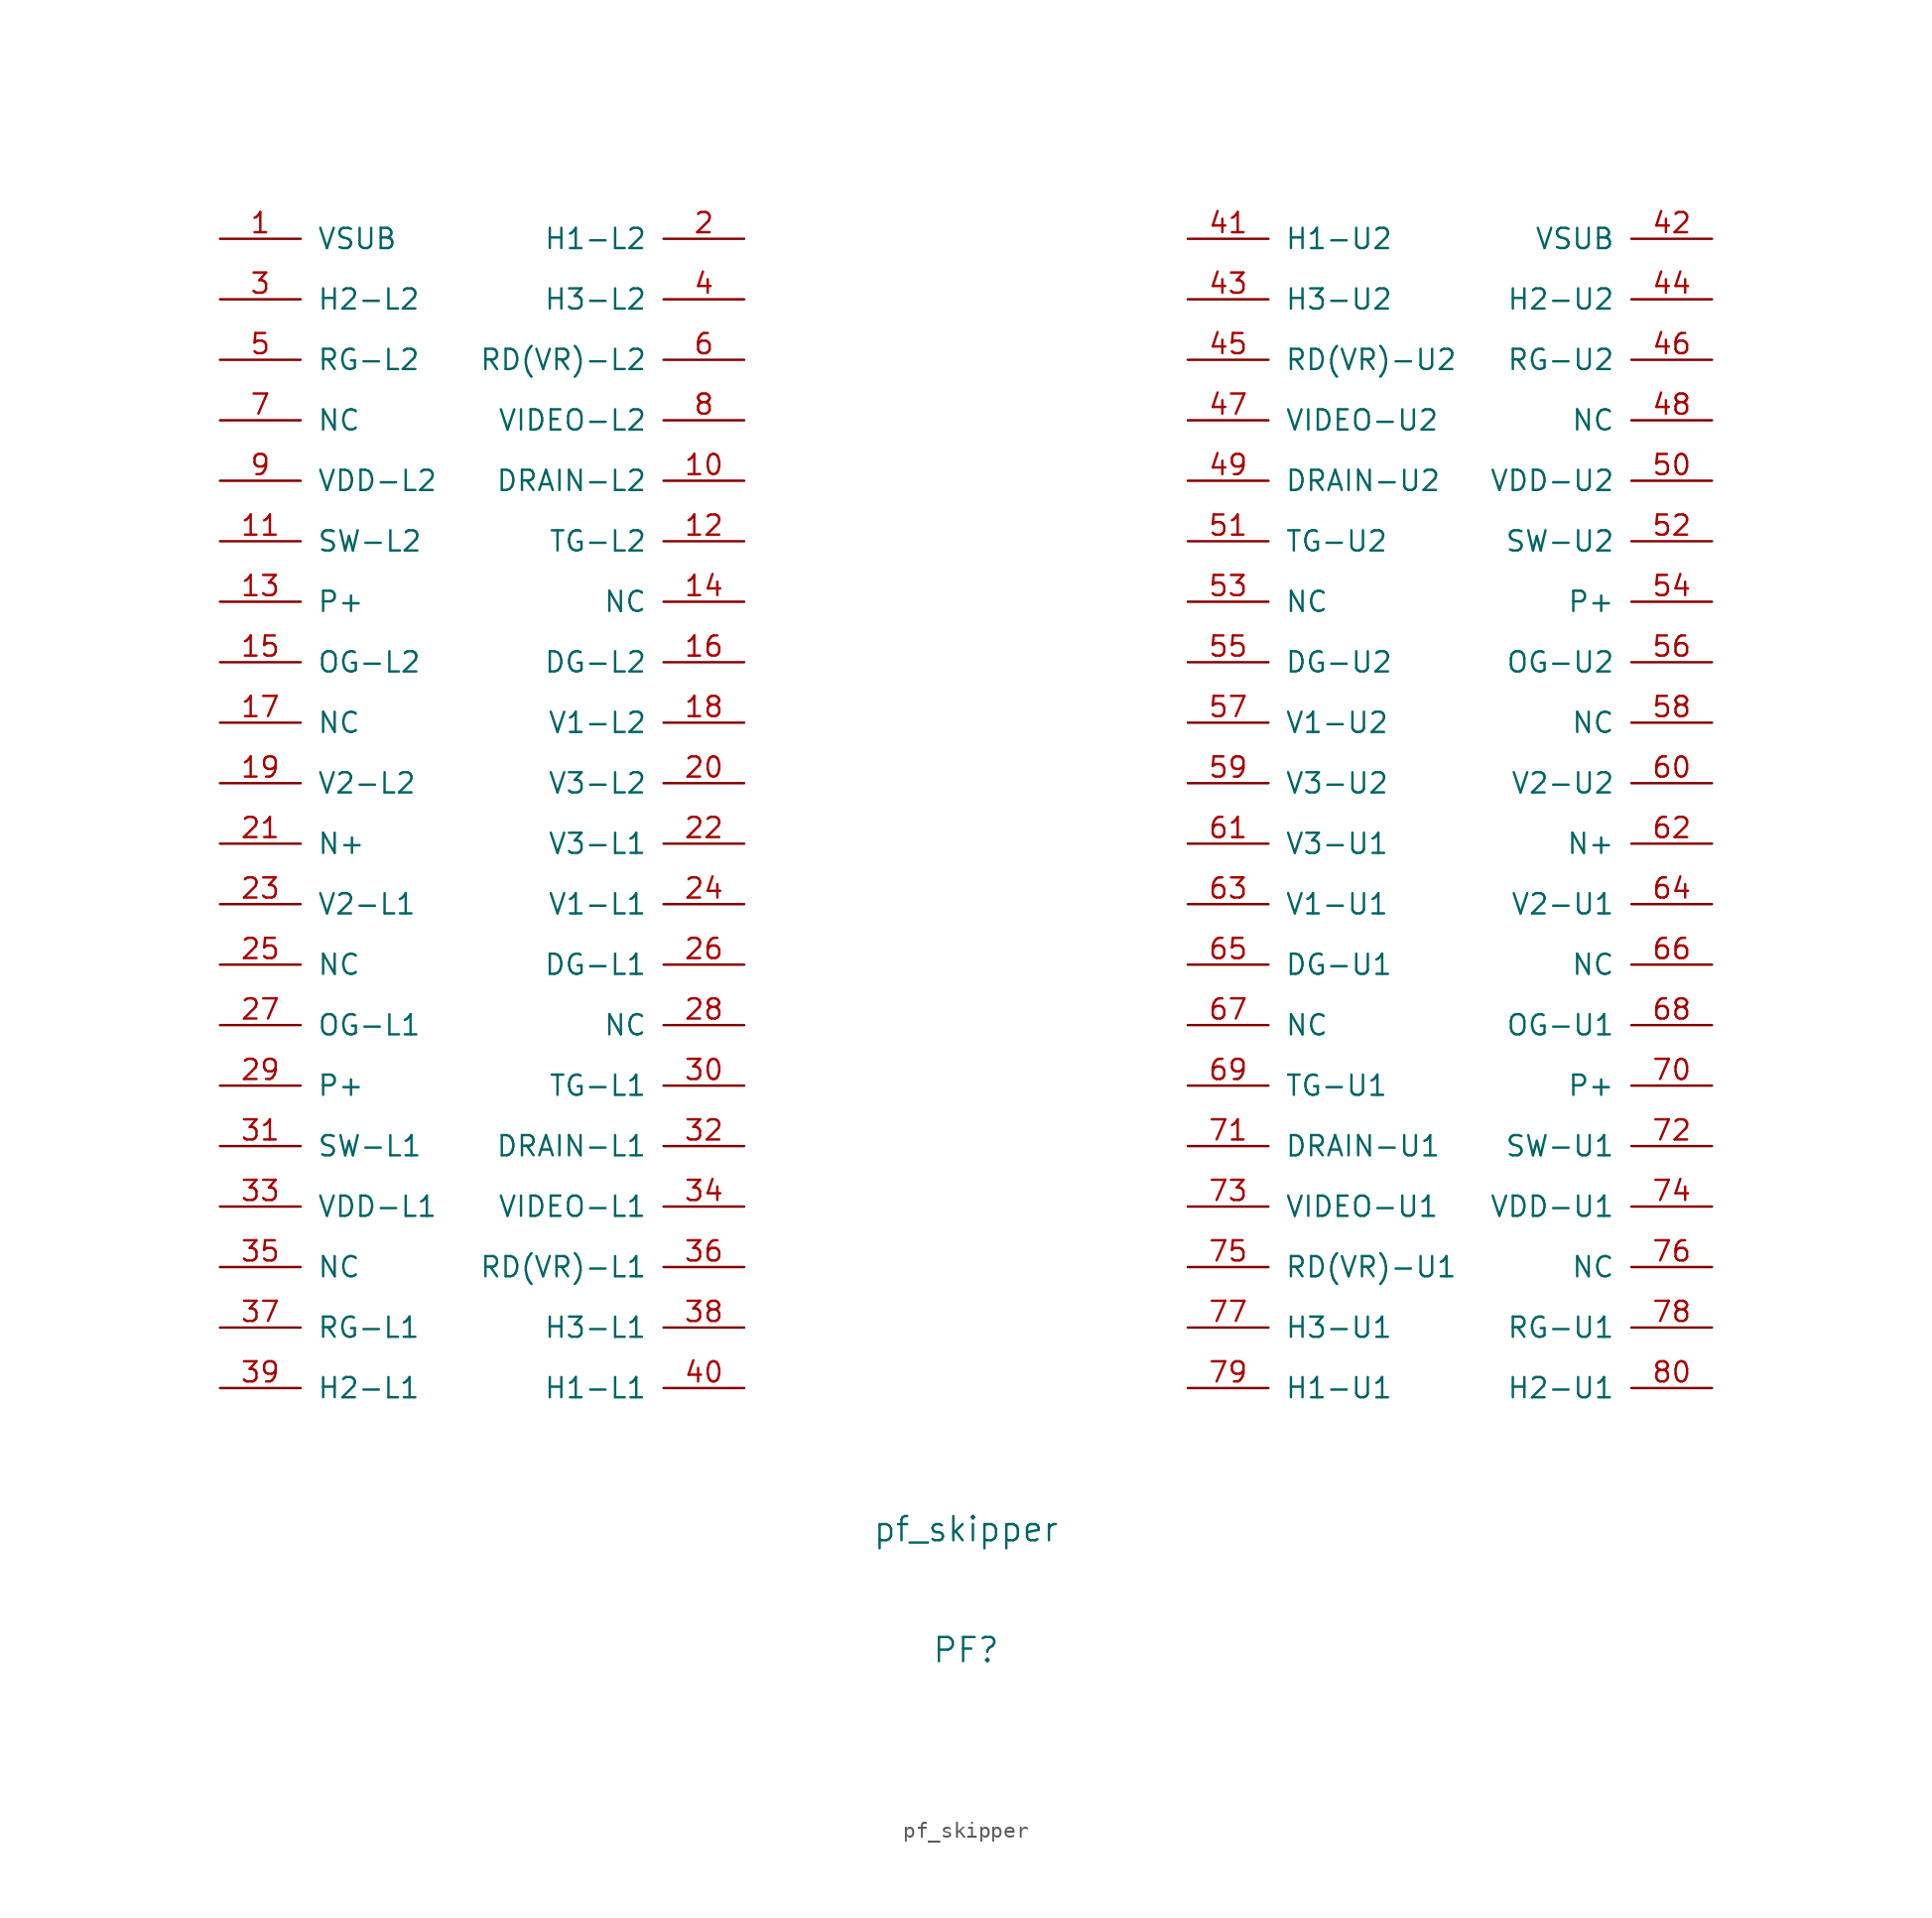
<source format=kicad_sym>
(kicad_symbol_lib
  (version 20211014)
  (generator kicad_symbol_editor)
  (symbol "pf_skipper"
    (pin_names
      (offset 1.016))
    (property "Reference" "PF"
      (at 0 -50.8 0)
      (effects (font (size 1.524 1.524))))
    (property "Value" "pf_skipper"
      (at 0 -43.18 0)
      (effects (font (size 1.524 1.524))))
    (symbol "pf_skipper_1_1"
      (pin input line (at -46.99 38.1 0) (length 5.08) (name "VSUB" (effects (font (size 1.27 1.27)))) (number "1" (effects (font (size 1.27 1.27)))))
      (pin input line (at -13.97 22.86 180) (length 5.08) (name "DRAIN-L2" (effects (font (size 1.27 1.27)))) (number "10" (effects (font (size 1.27 1.27)))))
      (pin input line (at -46.99 19.05 0) (length 5.08) (name "SW-L2" (effects (font (size 1.27 1.27)))) (number "11" (effects (font (size 1.27 1.27)))))
      (pin input line (at -13.97 19.05 180) (length 5.08) (name "TG-L2" (effects (font (size 1.27 1.27)))) (number "12" (effects (font (size 1.27 1.27)))))
      (pin input line (at -46.99 15.24 0) (length 5.08) (name "P+" (effects (font (size 1.27 1.27)))) (number "13" (effects (font (size 1.27 1.27)))))
      (pin input line (at -13.97 15.24 180) (length 5.08) (name "NC" (effects (font (size 1.27 1.27)))) (number "14" (effects (font (size 1.27 1.27)))))
      (pin input line (at -46.99 11.43 0) (length 5.08) (name "OG-L2" (effects (font (size 1.27 1.27)))) (number "15" (effects (font (size 1.27 1.27)))))
      (pin input line (at -13.97 11.43 180) (length 5.08) (name "DG-L2" (effects (font (size 1.27 1.27)))) (number "16" (effects (font (size 1.27 1.27)))))
      (pin input line (at -46.99 7.62 0) (length 5.08) (name "NC" (effects (font (size 1.27 1.27)))) (number "17" (effects (font (size 1.27 1.27)))))
      (pin input line (at -13.97 7.62 180) (length 5.08) (name "V1-L2" (effects (font (size 1.27 1.27)))) (number "18" (effects (font (size 1.27 1.27)))))
      (pin input line (at -46.99 3.81 0) (length 5.08) (name "V2-L2" (effects (font (size 1.27 1.27)))) (number "19" (effects (font (size 1.27 1.27)))))
      (pin input line (at -13.97 38.1 180) (length 5.08) (name "H1-L2" (effects (font (size 1.27 1.27)))) (number "2" (effects (font (size 1.27 1.27)))))
      (pin input line (at -13.97 3.81 180) (length 5.08) (name "V3-L2" (effects (font (size 1.27 1.27)))) (number "20" (effects (font (size 1.27 1.27)))))
      (pin input line (at -46.99 0 0) (length 5.08) (name "N+" (effects (font (size 1.27 1.27)))) (number "21" (effects (font (size 1.27 1.27)))))
      (pin input line (at -13.97 0 180) (length 5.08) (name "V3-L1" (effects (font (size 1.27 1.27)))) (number "22" (effects (font (size 1.27 1.27)))))
      (pin input line (at -46.99 -3.81 0) (length 5.08) (name "V2-L1" (effects (font (size 1.27 1.27)))) (number "23" (effects (font (size 1.27 1.27)))))
      (pin input line (at -13.97 -3.81 180) (length 5.08) (name "V1-L1" (effects (font (size 1.27 1.27)))) (number "24" (effects (font (size 1.27 1.27)))))
      (pin input line (at -46.99 -7.62 0) (length 5.08) (name "NC" (effects (font (size 1.27 1.27)))) (number "25" (effects (font (size 1.27 1.27)))))
      (pin input line (at -13.97 -7.62 180) (length 5.08) (name "DG-L1" (effects (font (size 1.27 1.27)))) (number "26" (effects (font (size 1.27 1.27)))))
      (pin input line (at -46.99 -11.43 0) (length 5.08) (name "OG-L1" (effects (font (size 1.27 1.27)))) (number "27" (effects (font (size 1.27 1.27)))))
      (pin input line (at -13.97 -11.43 180) (length 5.08) (name "NC" (effects (font (size 1.27 1.27)))) (number "28" (effects (font (size 1.27 1.27)))))
      (pin input line (at -46.99 -15.24 0) (length 5.08) (name "P+" (effects (font (size 1.27 1.27)))) (number "29" (effects (font (size 1.27 1.27)))))
      (pin input line (at -46.99 34.29 0) (length 5.08) (name "H2-L2" (effects (font (size 1.27 1.27)))) (number "3" (effects (font (size 1.27 1.27)))))
      (pin input line (at -13.97 -15.24 180) (length 5.08) (name "TG-L1" (effects (font (size 1.27 1.27)))) (number "30" (effects (font (size 1.27 1.27)))))
      (pin input line (at -46.99 -19.05 0) (length 5.08) (name "SW-L1" (effects (font (size 1.27 1.27)))) (number "31" (effects (font (size 1.27 1.27)))))
      (pin input line (at -13.97 -19.05 180) (length 5.08) (name "DRAIN-L1" (effects (font (size 1.27 1.27)))) (number "32" (effects (font (size 1.27 1.27)))))
      (pin input line (at -46.99 -22.86 0) (length 5.08) (name "VDD-L1" (effects (font (size 1.27 1.27)))) (number "33" (effects (font (size 1.27 1.27)))))
      (pin input line (at -13.97 -22.86 180) (length 5.08) (name "VIDEO-L1" (effects (font (size 1.27 1.27)))) (number "34" (effects (font (size 1.27 1.27)))))
      (pin input line (at -46.99 -26.67 0) (length 5.08) (name "NC" (effects (font (size 1.27 1.27)))) (number "35" (effects (font (size 1.27 1.27)))))
      (pin input line (at -13.97 -26.67 180) (length 5.08) (name "RD(VR)-L1" (effects (font (size 1.27 1.27)))) (number "36" (effects (font (size 1.27 1.27)))))
      (pin input line (at -46.99 -30.48 0) (length 5.08) (name "RG-L1" (effects (font (size 1.27 1.27)))) (number "37" (effects (font (size 1.27 1.27)))))
      (pin input line (at -13.97 -30.48 180) (length 5.08) (name "H3-L1" (effects (font (size 1.27 1.27)))) (number "38" (effects (font (size 1.27 1.27)))))
      (pin input line (at -46.99 -34.29 0) (length 5.08) (name "H2-L1" (effects (font (size 1.27 1.27)))) (number "39" (effects (font (size 1.27 1.27)))))
      (pin input line (at -13.97 34.29 180) (length 5.08) (name "H3-L2" (effects (font (size 1.27 1.27)))) (number "4" (effects (font (size 1.27 1.27)))))
      (pin input line (at -13.97 -34.29 180) (length 5.08) (name "H1-L1" (effects (font (size 1.27 1.27)))) (number "40" (effects (font (size 1.27 1.27)))))
      (pin input line (at 13.97 38.1 0) (length 5.08) (name "H1-U2" (effects (font (size 1.27 1.27)))) (number "41" (effects (font (size 1.27 1.27)))))
      (pin input line (at 46.99 38.1 180) (length 5.08) (name "VSUB" (effects (font (size 1.27 1.27)))) (number "42" (effects (font (size 1.27 1.27)))))
      (pin input line (at 13.97 34.29 0) (length 5.08) (name "H3-U2" (effects (font (size 1.27 1.27)))) (number "43" (effects (font (size 1.27 1.27)))))
      (pin input line (at 46.99 34.29 180) (length 5.08) (name "H2-U2" (effects (font (size 1.27 1.27)))) (number "44" (effects (font (size 1.27 1.27)))))
      (pin input line (at 13.97 30.48 0) (length 5.08) (name "RD(VR)-U2" (effects (font (size 1.27 1.27)))) (number "45" (effects (font (size 1.27 1.27)))))
      (pin input line (at 46.99 30.48 180) (length 5.08) (name "RG-U2" (effects (font (size 1.27 1.27)))) (number "46" (effects (font (size 1.27 1.27)))))
      (pin input line (at 13.97 26.67 0) (length 5.08) (name "VIDEO-U2" (effects (font (size 1.27 1.27)))) (number "47" (effects (font (size 1.27 1.27)))))
      (pin input line (at 46.99 26.67 180) (length 5.08) (name "NC" (effects (font (size 1.27 1.27)))) (number "48" (effects (font (size 1.27 1.27)))))
      (pin input line (at 13.97 22.86 0) (length 5.08) (name "DRAIN-U2" (effects (font (size 1.27 1.27)))) (number "49" (effects (font (size 1.27 1.27)))))
      (pin input line (at -46.99 30.48 0) (length 5.08) (name "RG-L2" (effects (font (size 1.27 1.27)))) (number "5" (effects (font (size 1.27 1.27)))))
      (pin input line (at 46.99 22.86 180) (length 5.08) (name "VDD-U2" (effects (font (size 1.27 1.27)))) (number "50" (effects (font (size 1.27 1.27)))))
      (pin input line (at 13.97 19.05 0) (length 5.08) (name "TG-U2" (effects (font (size 1.27 1.27)))) (number "51" (effects (font (size 1.27 1.27)))))
      (pin input line (at 46.99 19.05 180) (length 5.08) (name "SW-U2" (effects (font (size 1.27 1.27)))) (number "52" (effects (font (size 1.27 1.27)))))
      (pin input line (at 13.97 15.24 0) (length 5.08) (name "NC" (effects (font (size 1.27 1.27)))) (number "53" (effects (font (size 1.27 1.27)))))
      (pin input line (at 46.99 15.24 180) (length 5.08) (name "P+" (effects (font (size 1.27 1.27)))) (number "54" (effects (font (size 1.27 1.27)))))
      (pin input line (at 13.97 11.43 0) (length 5.08) (name "DG-U2" (effects (font (size 1.27 1.27)))) (number "55" (effects (font (size 1.27 1.27)))))
      (pin input line (at 46.99 11.43 180) (length 5.08) (name "OG-U2" (effects (font (size 1.27 1.27)))) (number "56" (effects (font (size 1.27 1.27)))))
      (pin input line (at 13.97 7.62 0) (length 5.08) (name "V1-U2" (effects (font (size 1.27 1.27)))) (number "57" (effects (font (size 1.27 1.27)))))
      (pin input line (at 46.99 7.62 180) (length 5.08) (name "NC" (effects (font (size 1.27 1.27)))) (number "58" (effects (font (size 1.27 1.27)))))
      (pin input line (at 13.97 3.81 0) (length 5.08) (name "V3-U2" (effects (font (size 1.27 1.27)))) (number "59" (effects (font (size 1.27 1.27)))))
      (pin input line (at -13.97 30.48 180) (length 5.08) (name "RD(VR)-L2" (effects (font (size 1.27 1.27)))) (number "6" (effects (font (size 1.27 1.27)))))
      (pin input line (at 46.99 3.81 180) (length 5.08) (name "V2-U2" (effects (font (size 1.27 1.27)))) (number "60" (effects (font (size 1.27 1.27)))))
      (pin input line (at 13.97 0 0) (length 5.08) (name "V3-U1" (effects (font (size 1.27 1.27)))) (number "61" (effects (font (size 1.27 1.27)))))
      (pin input line (at 46.99 0 180) (length 5.08) (name "N+" (effects (font (size 1.27 1.27)))) (number "62" (effects (font (size 1.27 1.27)))))
      (pin input line (at 13.97 -3.81 0) (length 5.08) (name "V1-U1" (effects (font (size 1.27 1.27)))) (number "63" (effects (font (size 1.27 1.27)))))
      (pin input line (at 46.99 -3.81 180) (length 5.08) (name "V2-U1" (effects (font (size 1.27 1.27)))) (number "64" (effects (font (size 1.27 1.27)))))
      (pin input line (at 13.97 -7.62 0) (length 5.08) (name "DG-U1" (effects (font (size 1.27 1.27)))) (number "65" (effects (font (size 1.27 1.27)))))
      (pin input line (at 46.99 -7.62 180) (length 5.08) (name "NC" (effects (font (size 1.27 1.27)))) (number "66" (effects (font (size 1.27 1.27)))))
      (pin input line (at 13.97 -11.43 0) (length 5.08) (name "NC" (effects (font (size 1.27 1.27)))) (number "67" (effects (font (size 1.27 1.27)))))
      (pin input line (at 46.99 -11.43 180) (length 5.08) (name "OG-U1" (effects (font (size 1.27 1.27)))) (number "68" (effects (font (size 1.27 1.27)))))
      (pin input line (at 13.97 -15.24 0) (length 5.08) (name "TG-U1" (effects (font (size 1.27 1.27)))) (number "69" (effects (font (size 1.27 1.27)))))
      (pin input line (at -46.99 26.67 0) (length 5.08) (name "NC" (effects (font (size 1.27 1.27)))) (number "7" (effects (font (size 1.27 1.27)))))
      (pin input line (at 46.99 -15.24 180) (length 5.08) (name "P+" (effects (font (size 1.27 1.27)))) (number "70" (effects (font (size 1.27 1.27)))))
      (pin input line (at 13.97 -19.05 0) (length 5.08) (name "DRAIN-U1" (effects (font (size 1.27 1.27)))) (number "71" (effects (font (size 1.27 1.27)))))
      (pin input line (at 46.99 -19.05 180) (length 5.08) (name "SW-U1" (effects (font (size 1.27 1.27)))) (number "72" (effects (font (size 1.27 1.27)))))
      (pin input line (at 13.97 -22.86 0) (length 5.08) (name "VIDEO-U1" (effects (font (size 1.27 1.27)))) (number "73" (effects (font (size 1.27 1.27)))))
      (pin input line (at 46.99 -22.86 180) (length 5.08) (name "VDD-U1" (effects (font (size 1.27 1.27)))) (number "74" (effects (font (size 1.27 1.27)))))
      (pin input line (at 13.97 -26.67 0) (length 5.08) (name "RD(VR)-U1" (effects (font (size 1.27 1.27)))) (number "75" (effects (font (size 1.27 1.27)))))
      (pin input line (at 46.99 -26.67 180) (length 5.08) (name "NC" (effects (font (size 1.27 1.27)))) (number "76" (effects (font (size 1.27 1.27)))))
      (pin input line (at 13.97 -30.48 0) (length 5.08) (name "H3-U1" (effects (font (size 1.27 1.27)))) (number "77" (effects (font (size 1.27 1.27)))))
      (pin input line (at 46.99 -30.48 180) (length 5.08) (name "RG-U1" (effects (font (size 1.27 1.27)))) (number "78" (effects (font (size 1.27 1.27)))))
      (pin input line (at 13.97 -34.29 0) (length 5.08) (name "H1-U1" (effects (font (size 1.27 1.27)))) (number "79" (effects (font (size 1.27 1.27)))))
      (pin input line (at -13.97 26.67 180) (length 5.08) (name "VIDEO-L2" (effects (font (size 1.27 1.27)))) (number "8" (effects (font (size 1.27 1.27)))))
      (pin input line (at 46.99 -34.29 180) (length 5.08) (name "H2-U1" (effects (font (size 1.27 1.27)))) (number "80" (effects (font (size 1.27 1.27)))))
      (pin input line (at -46.99 22.86 0) (length 5.08) (name "VDD-L2" (effects (font (size 1.27 1.27)))) (number "9" (effects (font (size 1.27 1.27))))))))
</source>
